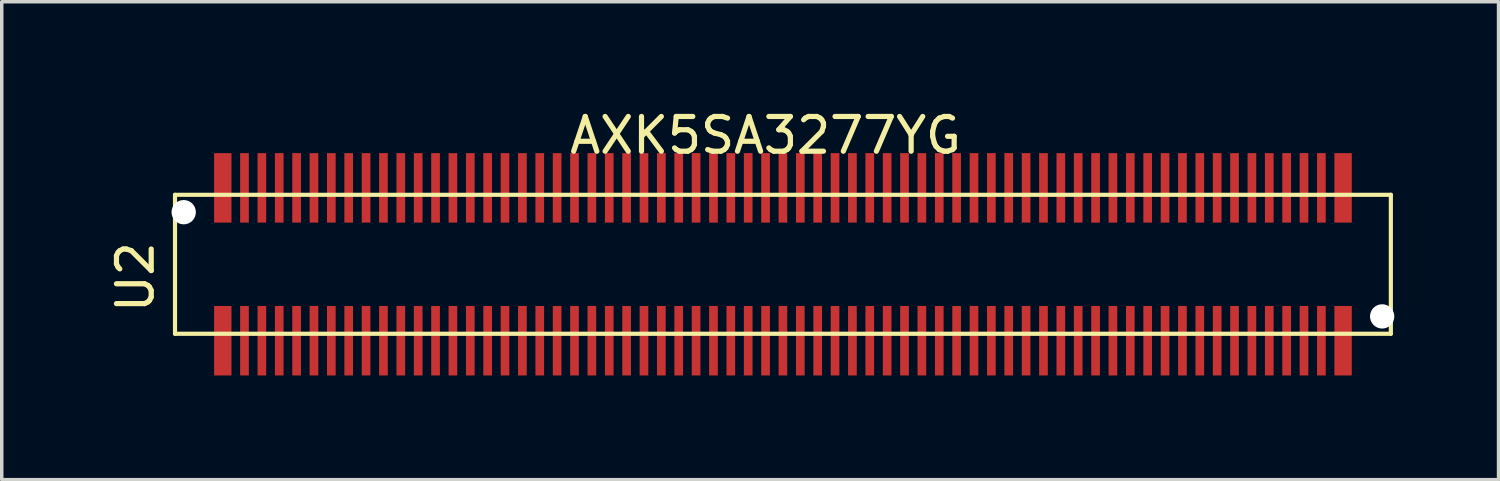
<source format=kicad_pcb>
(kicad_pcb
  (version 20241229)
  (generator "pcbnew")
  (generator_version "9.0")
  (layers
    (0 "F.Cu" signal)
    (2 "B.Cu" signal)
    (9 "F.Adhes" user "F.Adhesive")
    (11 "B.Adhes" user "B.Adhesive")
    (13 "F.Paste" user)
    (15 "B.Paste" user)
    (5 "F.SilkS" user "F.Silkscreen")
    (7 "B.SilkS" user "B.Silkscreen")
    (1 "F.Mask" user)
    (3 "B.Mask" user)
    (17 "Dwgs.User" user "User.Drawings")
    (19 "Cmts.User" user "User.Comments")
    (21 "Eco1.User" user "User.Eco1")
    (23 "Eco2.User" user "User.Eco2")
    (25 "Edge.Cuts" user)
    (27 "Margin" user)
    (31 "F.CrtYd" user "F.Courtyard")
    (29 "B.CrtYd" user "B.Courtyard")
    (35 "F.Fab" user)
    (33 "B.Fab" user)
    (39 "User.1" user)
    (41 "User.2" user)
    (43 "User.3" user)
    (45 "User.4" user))
  (footprint "AXK5SA3277YG"
    (layer "F.Cu")
    (at 18.988 0.348)
    (property "Reference" "AXK5SA3277YG" (at 0 0.5 0) (layer "F.SilkS") (effects (font (size 1 1) (thickness 0.15))))
    (attr through_hole)
    (fp_line (start -17 2.21) (end 18 2.21) (stroke (width 0.12) (type solid)) (layer "F.SilkS"))
    (fp_line (start -17 6.21) (end -17 2.21) (stroke (width 0.12) (type solid)) (layer "F.SilkS"))
    (fp_line (start 18 2.21) (end 18 6.21) (stroke (width 0.12) (type solid)) (layer "F.SilkS"))
    (fp_line (start 18 6.21) (end -17 6.21) (stroke (width 0.12) (type solid)) (layer "F.SilkS"))
    (fp_text user "U2" (at -18.14 4.58 270) (layer "F.SilkS") (effects (font (size 1 1) (thickness 0.15))))
    (pad "" np_thru_hole circle (at -16.75 2.71) (size 0.7 0.7) (drill 0.7) (layers "*.Cu" "*.Mask"))
    (pad "" np_thru_hole circle (at 17.75 5.71) (size 0.7 0.7) (drill 0.7) (layers "*.Cu" "*.Mask"))
    (pad "1" smd rect (at -15.625 6.41) (size 0.5 2) (layers "F.Cu" "F.Mask" "F.Paste"))
    (pad "2" smd rect (at -15.625 2.01) (size 0.5 2) (layers "F.Cu" "F.Mask" "F.Paste"))
    (pad "3" smd rect (at -15 6.41) (size 0.25 2) (layers "F.Cu" "F.Mask" "F.Paste"))
    (pad "4" smd rect (at -15 2.01) (size 0.25 2) (layers "F.Cu" "F.Mask" "F.Paste"))
    (pad "5" smd rect (at -14.5 6.41) (size 0.25 2) (layers "F.Cu" "F.Mask" "F.Paste"))
    (pad "6" smd rect (at -14.5 2.01) (size 0.25 2) (layers "F.Cu" "F.Mask" "F.Paste"))
    (pad "7" smd rect (at -14 6.41) (size 0.25 2) (layers "F.Cu" "F.Mask" "F.Paste"))
    (pad "8" smd rect (at -14 2.01) (size 0.25 2) (layers "F.Cu" "F.Mask" "F.Paste"))
    (pad "9" smd rect (at -13.5 6.41) (size 0.25 2) (layers "F.Cu" "F.Mask" "F.Paste"))
    (pad "10" smd rect (at -13.5 2.01) (size 0.25 2) (layers "F.Cu" "F.Mask" "F.Paste"))
    (pad "11" smd rect (at -13 6.41) (size 0.25 2) (layers "F.Cu" "F.Mask" "F.Paste"))
    (pad "12" smd rect (at -13 2.01) (size 0.25 2) (layers "F.Cu" "F.Mask" "F.Paste"))
    (pad "13" smd rect (at -12.5 6.41) (size 0.25 2) (layers "F.Cu" "F.Mask" "F.Paste"))
    (pad "14" smd rect (at -12.5 2.01) (size 0.25 2) (layers "F.Cu" "F.Mask" "F.Paste"))
    (pad "15" smd rect (at -12 6.41) (size 0.25 2) (layers "F.Cu" "F.Mask" "F.Paste"))
    (pad "16" smd rect (at -12 2.01) (size 0.25 2) (layers "F.Cu" "F.Mask" "F.Paste"))
    (pad "17" smd rect (at -11.5 6.41) (size 0.25 2) (layers "F.Cu" "F.Mask" "F.Paste"))
    (pad "18" smd rect (at -11.5 2.01) (size 0.25 2) (layers "F.Cu" "F.Mask" "F.Paste"))
    (pad "19" smd rect (at -11 6.41) (size 0.25 2) (layers "F.Cu" "F.Mask" "F.Paste"))
    (pad "20" smd rect (at -11 2.01) (size 0.25 2) (layers "F.Cu" "F.Mask" "F.Paste"))
    (pad "21" smd rect (at -10.5 6.41) (size 0.25 2) (layers "F.Cu" "F.Mask" "F.Paste"))
    (pad "22" smd rect (at -10.5 2.01) (size 0.25 2) (layers "F.Cu" "F.Mask" "F.Paste"))
    (pad "23" smd rect (at -10 6.41) (size 0.25 2) (layers "F.Cu" "F.Mask" "F.Paste"))
    (pad "24" smd rect (at -10 2.01) (size 0.25 2) (layers "F.Cu" "F.Mask" "F.Paste"))
    (pad "25" smd rect (at -9.5 6.41) (size 0.25 2) (layers "F.Cu" "F.Mask" "F.Paste"))
    (pad "26" smd rect (at -9.5 2.01) (size 0.25 2) (layers "F.Cu" "F.Mask" "F.Paste"))
    (pad "27" smd rect (at -9 6.41) (size 0.25 2) (layers "F.Cu" "F.Mask" "F.Paste"))
    (pad "28" smd rect (at -9 2.01) (size 0.25 2) (layers "F.Cu" "F.Mask" "F.Paste"))
    (pad "29" smd rect (at -8.5 6.41) (size 0.25 2) (layers "F.Cu" "F.Mask" "F.Paste"))
    (pad "30" smd rect (at -8.5 2.01) (size 0.25 2) (layers "F.Cu" "F.Mask" "F.Paste"))
    (pad "31" smd rect (at -8 6.41) (size 0.25 2) (layers "F.Cu" "F.Mask" "F.Paste"))
    (pad "32" smd rect (at -8 2.01) (size 0.25 2) (layers "F.Cu" "F.Mask" "F.Paste"))
    (pad "33" smd rect (at -7.5 6.41) (size 0.25 2) (layers "F.Cu" "F.Mask" "F.Paste"))
    (pad "34" smd rect (at -7.5 2.01) (size 0.25 2) (layers "F.Cu" "F.Mask" "F.Paste"))
    (pad "35" smd rect (at -7 6.41) (size 0.25 2) (layers "F.Cu" "F.Mask" "F.Paste"))
    (pad "36" smd rect (at -7 2.01) (size 0.25 2) (layers "F.Cu" "F.Mask" "F.Paste"))
    (pad "37" smd rect (at -6.5 6.41) (size 0.25 2) (layers "F.Cu" "F.Mask" "F.Paste"))
    (pad "38" smd rect (at -6.5 2.01) (size 0.25 2) (layers "F.Cu" "F.Mask" "F.Paste"))
    (pad "39" smd rect (at -6 6.41) (size 0.25 2) (layers "F.Cu" "F.Mask" "F.Paste"))
    (pad "40" smd rect (at -6 2.01) (size 0.25 2) (layers "F.Cu" "F.Mask" "F.Paste"))
    (pad "41" smd rect (at -5.5 6.41) (size 0.25 2) (layers "F.Cu" "F.Mask" "F.Paste"))
    (pad "42" smd rect (at -5.5 2.01) (size 0.25 2) (layers "F.Cu" "F.Mask" "F.Paste"))
    (pad "43" smd rect (at -5 6.41) (size 0.25 2) (layers "F.Cu" "F.Mask" "F.Paste"))
    (pad "44" smd rect (at -5 2.01) (size 0.25 2) (layers "F.Cu" "F.Mask" "F.Paste"))
    (pad "45" smd rect (at -4.5 6.41) (size 0.25 2) (layers "F.Cu" "F.Mask" "F.Paste"))
    (pad "46" smd rect (at -4.5 2.01) (size 0.25 2) (layers "F.Cu" "F.Mask" "F.Paste"))
    (pad "47" smd rect (at -4 6.41) (size 0.25 2) (layers "F.Cu" "F.Mask" "F.Paste"))
    (pad "48" smd rect (at -4 2.01) (size 0.25 2) (layers "F.Cu" "F.Mask" "F.Paste"))
    (pad "49" smd rect (at -3.5 6.41) (size 0.25 2) (layers "F.Cu" "F.Mask" "F.Paste"))
    (pad "50" smd rect (at -3.5 2.01) (size 0.25 2) (layers "F.Cu" "F.Mask" "F.Paste"))
    (pad "51" smd rect (at -3 6.41) (size 0.25 2) (layers "F.Cu" "F.Mask" "F.Paste"))
    (pad "52" smd rect (at -3 2.01) (size 0.25 2) (layers "F.Cu" "F.Mask" "F.Paste"))
    (pad "53" smd rect (at -2.5 6.41) (size 0.25 2) (layers "F.Cu" "F.Mask" "F.Paste"))
    (pad "54" smd rect (at -2.5 2.01) (size 0.25 2) (layers "F.Cu" "F.Mask" "F.Paste"))
    (pad "55" smd rect (at -2 6.41) (size 0.25 2) (layers "F.Cu" "F.Mask" "F.Paste"))
    (pad "56" smd rect (at -2 2.01) (size 0.25 2) (layers "F.Cu" "F.Mask" "F.Paste"))
    (pad "57" smd rect (at -1.5 6.41) (size 0.25 2) (layers "F.Cu" "F.Mask" "F.Paste"))
    (pad "58" smd rect (at -1.5 2.01) (size 0.25 2) (layers "F.Cu" "F.Mask" "F.Paste"))
    (pad "59" smd rect (at -1 6.41) (size 0.25 2) (layers "F.Cu" "F.Mask" "F.Paste"))
    (pad "60" smd rect (at -1 2.01) (size 0.25 2) (layers "F.Cu" "F.Mask" "F.Paste"))
    (pad "61" smd rect (at -0.5 6.41) (size 0.25 2) (layers "F.Cu" "F.Mask" "F.Paste"))
    (pad "62" smd rect (at -0.5 2.01) (size 0.25 2) (layers "F.Cu" "F.Mask" "F.Paste"))
    (pad "63" smd rect (at 0 6.41) (size 0.25 2) (layers "F.Cu" "F.Mask" "F.Paste"))
    (pad "64" smd rect (at 0 2.01) (size 0.25 2) (layers "F.Cu" "F.Mask" "F.Paste"))
    (pad "65" smd rect (at 0.5 6.41) (size 0.25 2) (layers "F.Cu" "F.Mask" "F.Paste"))
    (pad "66" smd rect (at 0.5 2.01) (size 0.25 2) (layers "F.Cu" "F.Mask" "F.Paste"))
    (pad "67" smd rect (at 1 6.41) (size 0.25 2) (layers "F.Cu" "F.Mask" "F.Paste"))
    (pad "68" smd rect (at 1 2.01) (size 0.25 2) (layers "F.Cu" "F.Mask" "F.Paste"))
    (pad "69" smd rect (at 1.5 6.41) (size 0.25 2) (layers "F.Cu" "F.Mask" "F.Paste"))
    (pad "70" smd rect (at 1.5 2.01) (size 0.25 2) (layers "F.Cu" "F.Mask" "F.Paste"))
    (pad "71" smd rect (at 2 6.41) (size 0.25 2) (layers "F.Cu" "F.Mask" "F.Paste"))
    (pad "72" smd rect (at 2 2.01) (size 0.25 2) (layers "F.Cu" "F.Mask" "F.Paste"))
    (pad "73" smd rect (at 2.5 6.41) (size 0.25 2) (layers "F.Cu" "F.Mask" "F.Paste"))
    (pad "74" smd rect (at 2.5 2.01) (size 0.25 2) (layers "F.Cu" "F.Mask" "F.Paste"))
    (pad "75" smd rect (at 3 6.41) (size 0.25 2) (layers "F.Cu" "F.Mask" "F.Paste"))
    (pad "76" smd rect (at 3 2.01) (size 0.25 2) (layers "F.Cu" "F.Mask" "F.Paste"))
    (pad "77" smd rect (at 3.5 6.41) (size 0.25 2) (layers "F.Cu" "F.Mask" "F.Paste"))
    (pad "78" smd rect (at 3.5 2.01) (size 0.25 2) (layers "F.Cu" "F.Mask" "F.Paste"))
    (pad "79" smd rect (at 4 6.41) (size 0.25 2) (layers "F.Cu" "F.Mask" "F.Paste"))
    (pad "80" smd rect (at 4 2.01) (size 0.25 2) (layers "F.Cu" "F.Mask" "F.Paste"))
    (pad "81" smd rect (at 4.5 6.41) (size 0.25 2) (layers "F.Cu" "F.Mask" "F.Paste"))
    (pad "82" smd rect (at 4.5 2.01) (size 0.25 2) (layers "F.Cu" "F.Mask" "F.Paste"))
    (pad "83" smd rect (at 5 6.41) (size 0.25 2) (layers "F.Cu" "F.Mask" "F.Paste"))
    (pad "84" smd rect (at 5 2.01) (size 0.25 2) (layers "F.Cu" "F.Mask" "F.Paste"))
    (pad "85" smd rect (at 5.5 6.41) (size 0.25 2) (layers "F.Cu" "F.Mask" "F.Paste"))
    (pad "86" smd rect (at 5.5 2.01) (size 0.25 2) (layers "F.Cu" "F.Mask" "F.Paste"))
    (pad "87" smd rect (at 6 6.41) (size 0.25 2) (layers "F.Cu" "F.Mask" "F.Paste"))
    (pad "88" smd rect (at 6 2.01) (size 0.25 2) (layers "F.Cu" "F.Mask" "F.Paste"))
    (pad "89" smd rect (at 6.5 6.41) (size 0.25 2) (layers "F.Cu" "F.Mask" "F.Paste"))
    (pad "90" smd rect (at 6.5 2.01) (size 0.25 2) (layers "F.Cu" "F.Mask" "F.Paste"))
    (pad "91" smd rect (at 7 6.41) (size 0.25 2) (layers "F.Cu" "F.Mask" "F.Paste"))
    (pad "92" smd rect (at 7 2.01) (size 0.25 2) (layers "F.Cu" "F.Mask" "F.Paste"))
    (pad "93" smd rect (at 7.5 6.41) (size 0.25 2) (layers "F.Cu" "F.Mask" "F.Paste"))
    (pad "94" smd rect (at 7.5 2.01) (size 0.25 2) (layers "F.Cu" "F.Mask" "F.Paste"))
    (pad "95" smd rect (at 8 6.41) (size 0.25 2) (layers "F.Cu" "F.Mask" "F.Paste"))
    (pad "96" smd rect (at 8 2.01) (size 0.25 2) (layers "F.Cu" "F.Mask" "F.Paste"))
    (pad "97" smd rect (at 8.5 6.41) (size 0.25 2) (layers "F.Cu" "F.Mask" "F.Paste"))
    (pad "98" smd rect (at 8.5 2.01) (size 0.25 2) (layers "F.Cu" "F.Mask" "F.Paste"))
    (pad "99" smd rect (at 9 6.41) (size 0.25 2) (layers "F.Cu" "F.Mask" "F.Paste"))
    (pad "100" smd rect (at 9 2.01) (size 0.25 2) (layers "F.Cu" "F.Mask" "F.Paste"))
    (pad "101" smd rect (at 9.5 6.41) (size 0.25 2) (layers "F.Cu" "F.Mask" "F.Paste"))
    (pad "102" smd rect (at 9.5 2.01) (size 0.25 2) (layers "F.Cu" "F.Mask" "F.Paste"))
    (pad "103" smd rect (at 10 6.41) (size 0.25 2) (layers "F.Cu" "F.Mask" "F.Paste"))
    (pad "104" smd rect (at 10 2.01) (size 0.25 2) (layers "F.Cu" "F.Mask" "F.Paste"))
    (pad "105" smd rect (at 10.5 6.41) (size 0.25 2) (layers "F.Cu" "F.Mask" "F.Paste"))
    (pad "106" smd rect (at 10.5 2.01) (size 0.25 2) (layers "F.Cu" "F.Mask" "F.Paste"))
    (pad "107" smd rect (at 11 6.41) (size 0.25 2) (layers "F.Cu" "F.Mask" "F.Paste"))
    (pad "108" smd rect (at 11 2.01) (size 0.25 2) (layers "F.Cu" "F.Mask" "F.Paste"))
    (pad "109" smd rect (at 11.5 6.41) (size 0.25 2) (layers "F.Cu" "F.Mask" "F.Paste"))
    (pad "110" smd rect (at 11.5 2.01) (size 0.25 2) (layers "F.Cu" "F.Mask" "F.Paste"))
    (pad "111" smd rect (at 12 6.41) (size 0.25 2) (layers "F.Cu" "F.Mask" "F.Paste"))
    (pad "112" smd rect (at 12 2.01) (size 0.25 2) (layers "F.Cu" "F.Mask" "F.Paste"))
    (pad "113" smd rect (at 12.5 6.41) (size 0.25 2) (layers "F.Cu" "F.Mask" "F.Paste"))
    (pad "114" smd rect (at 12.5 2.01) (size 0.25 2) (layers "F.Cu" "F.Mask" "F.Paste"))
    (pad "115" smd rect (at 13 6.41) (size 0.25 2) (layers "F.Cu" "F.Mask" "F.Paste"))
    (pad "116" smd rect (at 13 2.01) (size 0.25 2) (layers "F.Cu" "F.Mask" "F.Paste"))
    (pad "117" smd rect (at 13.5 6.41) (size 0.25 2) (layers "F.Cu" "F.Mask" "F.Paste"))
    (pad "118" smd rect (at 13.5 2.01) (size 0.25 2) (layers "F.Cu" "F.Mask" "F.Paste"))
    (pad "119" smd rect (at 14 6.41) (size 0.25 2) (layers "F.Cu" "F.Mask" "F.Paste"))
    (pad "120" smd rect (at 14 2.01) (size 0.25 2) (layers "F.Cu" "F.Mask" "F.Paste"))
    (pad "121" smd rect (at 14.5 6.41) (size 0.25 2) (layers "F.Cu" "F.Mask" "F.Paste"))
    (pad "122" smd rect (at 14.5 2.01) (size 0.25 2) (layers "F.Cu" "F.Mask" "F.Paste"))
    (pad "123" smd rect (at 15 6.41) (size 0.25 2) (layers "F.Cu" "F.Mask" "F.Paste"))
    (pad "124" smd rect (at 15 2.01) (size 0.25 2) (layers "F.Cu" "F.Mask" "F.Paste"))
    (pad "125" smd rect (at 15.5 6.41) (size 0.25 2) (layers "F.Cu" "F.Mask" "F.Paste"))
    (pad "126" smd rect (at 15.5 2.01) (size 0.25 2) (layers "F.Cu" "F.Mask" "F.Paste"))
    (pad "127" smd rect (at 16 6.41) (size 0.25 2) (layers "F.Cu" "F.Mask" "F.Paste"))
    (pad "128" smd rect (at 16 2.01) (size 0.25 2) (layers "F.Cu" "F.Mask" "F.Paste"))
    (pad "129" smd rect (at 16.625 6.41) (size 0.5 2) (layers "F.Cu" "F.Mask" "F.Paste"))
    (pad "130" smd rect (at 16.625 2.01) (size 0.5 2) (layers "F.Cu" "F.Mask" "F.Paste")))
  (gr_rect
    (start -3 -3)
    (end 40.088 10.758)
    (stroke (width 0.1) (type default))
    (fill no)
    (layer "Edge.Cuts")))
</source>
